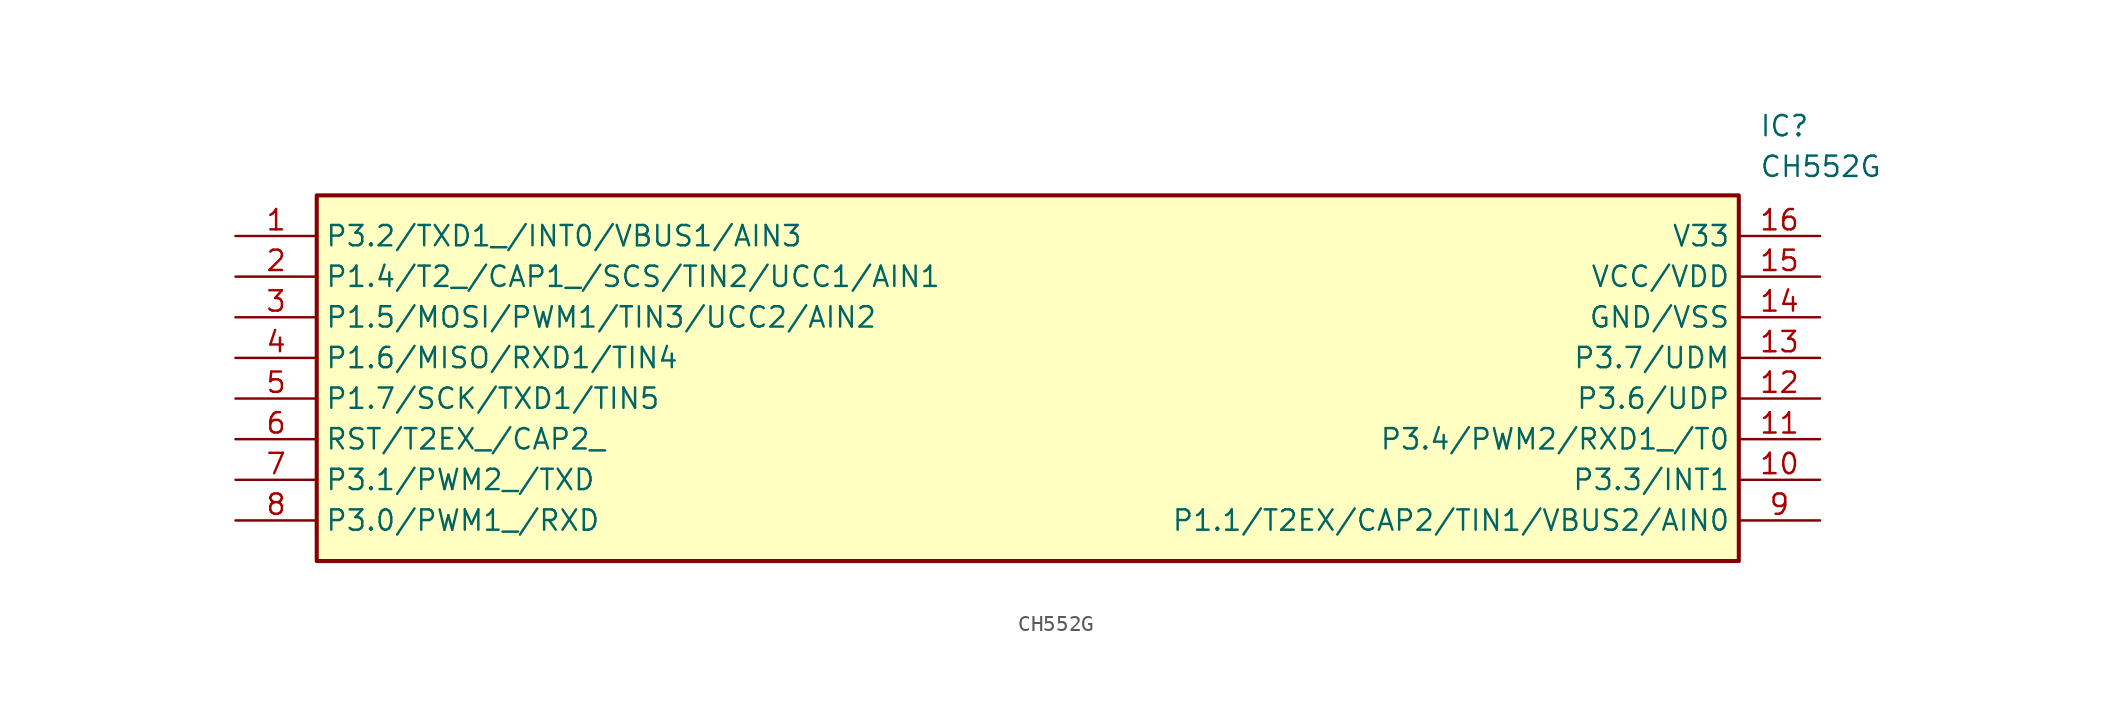
<source format=kicad_sym>
(kicad_symbol_lib
  (version 20211014)
  (generator SamacSys_ECAD_Model)
  (symbol "CH552G"
    (property "Reference" "IC"
      (at 95.25 7.62 0)
      (effects (font (size 1.27 1.27)) (justify left top)))
    (property "Value" "CH552G"
      (at 95.25 5.08 0)
      (effects (font (size 1.27 1.27)) (justify left top)))
    (rectangle
      (start 5.08 2.54)
      (end 93.98 -20.32)
      (stroke (width 0.254) (type default))
      (fill (type background)))
    (pin passive line
      (at 0 0 0)
      (length 5.08)
      (name "P3.2/TXD1_/INT0/VBUS1/AIN3" (effects (font (size 1.27 1.27))))
      (number "1" (effects (font (size 1.27 1.27)))))
    (pin passive line
      (at 0 -2.54 0)
      (length 5.08)
      (name "P1.4/T2_/CAP1_/SCS/TIN2/UCC1/AIN1" (effects (font (size 1.27 1.27))))
      (number "2" (effects (font (size 1.27 1.27)))))
    (pin passive line
      (at 0 -5.08 0)
      (length 5.08)
      (name "P1.5/MOSI/PWM1/TIN3/UCC2/AIN2" (effects (font (size 1.27 1.27))))
      (number "3" (effects (font (size 1.27 1.27)))))
    (pin passive line
      (at 0 -7.62 0)
      (length 5.08)
      (name "P1.6/MISO/RXD1/TIN4" (effects (font (size 1.27 1.27))))
      (number "4" (effects (font (size 1.27 1.27)))))
    (pin passive line
      (at 0 -10.16 0)
      (length 5.08)
      (name "P1.7/SCK/TXD1/TIN5" (effects (font (size 1.27 1.27))))
      (number "5" (effects (font (size 1.27 1.27)))))
    (pin passive line
      (at 0 -12.7 0)
      (length 5.08)
      (name "RST/T2EX_/CAP2_" (effects (font (size 1.27 1.27))))
      (number "6" (effects (font (size 1.27 1.27)))))
    (pin passive line
      (at 0 -15.24 0)
      (length 5.08)
      (name "P3.1/PWM2_/TXD" (effects (font (size 1.27 1.27))))
      (number "7" (effects (font (size 1.27 1.27)))))
    (pin passive line
      (at 0 -17.78 0)
      (length 5.08)
      (name "P3.0/PWM1_/RXD" (effects (font (size 1.27 1.27))))
      (number "8" (effects (font (size 1.27 1.27)))))
    (pin passive line
      (at 99.06 0 180)
      (length 5.08)
      (name "V33" (effects (font (size 1.27 1.27))))
      (number "16" (effects (font (size 1.27 1.27)))))
    (pin passive line
      (at 99.06 -2.54 180)
      (length 5.08)
      (name "VCC/VDD" (effects (font (size 1.27 1.27))))
      (number "15" (effects (font (size 1.27 1.27)))))
    (pin passive line
      (at 99.06 -5.08 180)
      (length 5.08)
      (name "GND/VSS" (effects (font (size 1.27 1.27))))
      (number "14" (effects (font (size 1.27 1.27)))))
    (pin passive line
      (at 99.06 -7.62 180)
      (length 5.08)
      (name "P3.7/UDM" (effects (font (size 1.27 1.27))))
      (number "13" (effects (font (size 1.27 1.27)))))
    (pin passive line
      (at 99.06 -10.16 180)
      (length 5.08)
      (name "P3.6/UDP" (effects (font (size 1.27 1.27))))
      (number "12" (effects (font (size 1.27 1.27)))))
    (pin passive line
      (at 99.06 -12.7 180)
      (length 5.08)
      (name "P3.4/PWM2/RXD1_/T0" (effects (font (size 1.27 1.27))))
      (number "11" (effects (font (size 1.27 1.27)))))
    (pin passive line
      (at 99.06 -15.24 180)
      (length 5.08)
      (name "P3.3/INT1" (effects (font (size 1.27 1.27))))
      (number "10" (effects (font (size 1.27 1.27)))))
    (pin passive line
      (at 99.06 -17.78 180)
      (length 5.08)
      (name "P1.1/T2EX/CAP2/TIN1/VBUS2/AIN0" (effects (font (size 1.27 1.27))))
      (number "9" (effects (font (size 1.27 1.27)))))))
</source>
